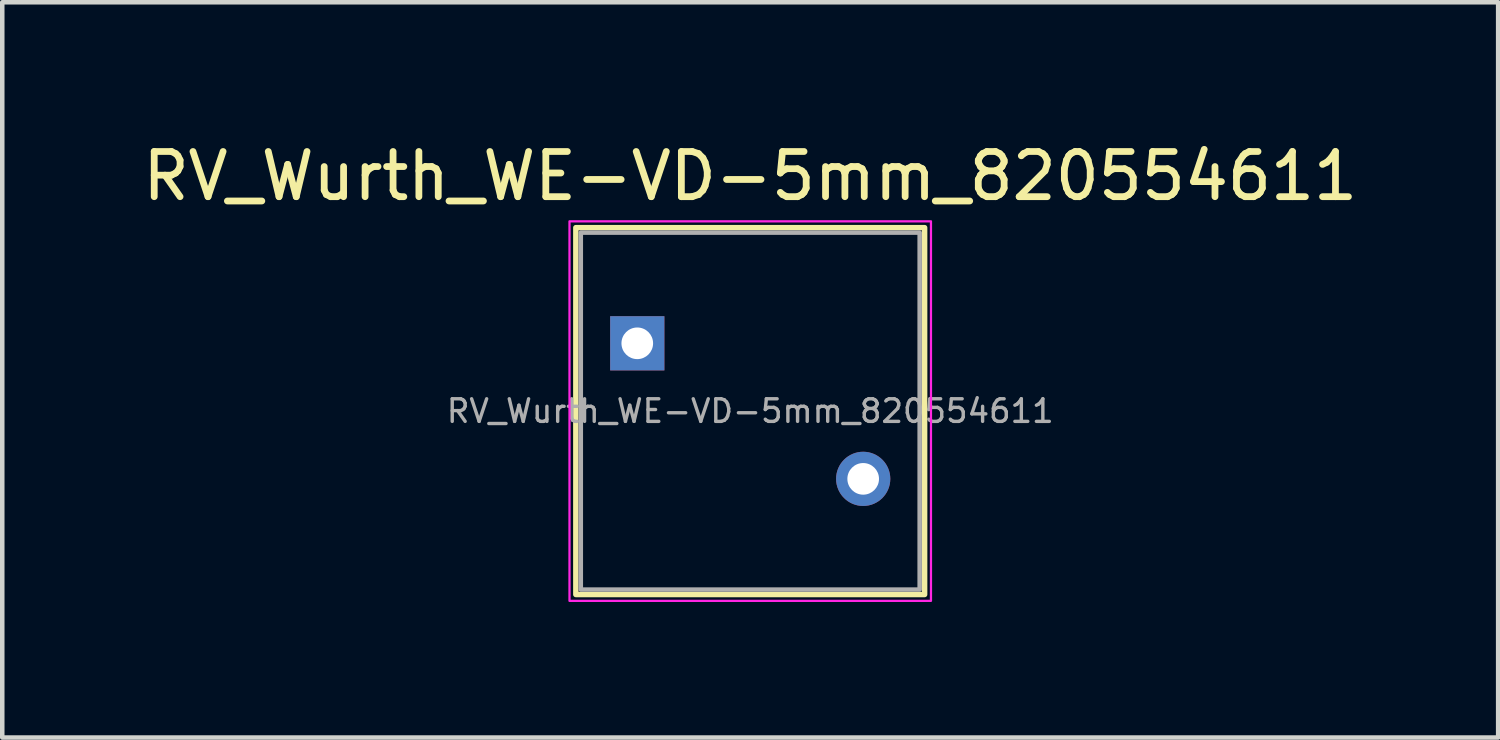
<source format=kicad_pcb>
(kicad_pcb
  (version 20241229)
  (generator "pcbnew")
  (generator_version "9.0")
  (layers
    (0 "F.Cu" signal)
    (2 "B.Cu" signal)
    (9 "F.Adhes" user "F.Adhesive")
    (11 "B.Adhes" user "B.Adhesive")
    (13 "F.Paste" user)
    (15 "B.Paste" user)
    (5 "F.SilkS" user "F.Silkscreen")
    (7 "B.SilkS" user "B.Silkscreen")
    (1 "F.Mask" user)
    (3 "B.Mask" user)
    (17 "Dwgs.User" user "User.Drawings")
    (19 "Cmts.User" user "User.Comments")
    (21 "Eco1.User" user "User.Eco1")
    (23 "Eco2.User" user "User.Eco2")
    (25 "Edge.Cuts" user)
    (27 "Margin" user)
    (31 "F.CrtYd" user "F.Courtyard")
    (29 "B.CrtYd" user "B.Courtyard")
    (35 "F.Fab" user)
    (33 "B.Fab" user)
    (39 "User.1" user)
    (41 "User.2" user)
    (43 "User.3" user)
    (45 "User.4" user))
  (footprint "RV_Wurth_WE-VD-5mm_820554611"
    (layer "F.Cu")
    (at 11.054 4.548)
    (property "Reference" "RV_Wurth_WE-VD-5mm_820554611" (at 2.5 -3.7 0) (unlocked yes) (layer "F.SilkS") (effects (font (size 1 1) (thickness 0.15))))
    (attr through_hole)
    (fp_rect (start -1.36 -2.56) (end 6.36 5.56) (stroke (width 0.12) (type solid)) (fill no) (layer "F.SilkS"))
    (fp_rect (start -1.5 -2.7) (end 6.5 5.7) (stroke (width 0.05) (type solid)) (fill no) (layer "F.CrtYd"))
    (fp_rect (start -1.25 -2.45) (end 6.25 5.45) (stroke (width 0.1) (type solid)) (fill no) (layer "F.Fab"))
    (fp_text user "${REFERENCE}" (at 2.5 1.5 0) (unlocked yes) (layer "F.Fab") (effects (font (size 0.5 0.5) (thickness 0.075))))
    (pad "1" thru_hole rect (at 0 0) (size 1.2 1.2) (drill 0.7) (layers "*.Cu" "*.Mask"))
    (pad "2" thru_hole circle (at 5 3) (size 1.2 1.2) (drill 0.7) (layers "*.Cu" "*.Mask")))
  (gr_rect
    (start -3 -3)
    (end 30.107 13.273)
    (stroke (width 0.1) (type default))
    (fill no)
    (layer "Edge.Cuts")))
</source>
